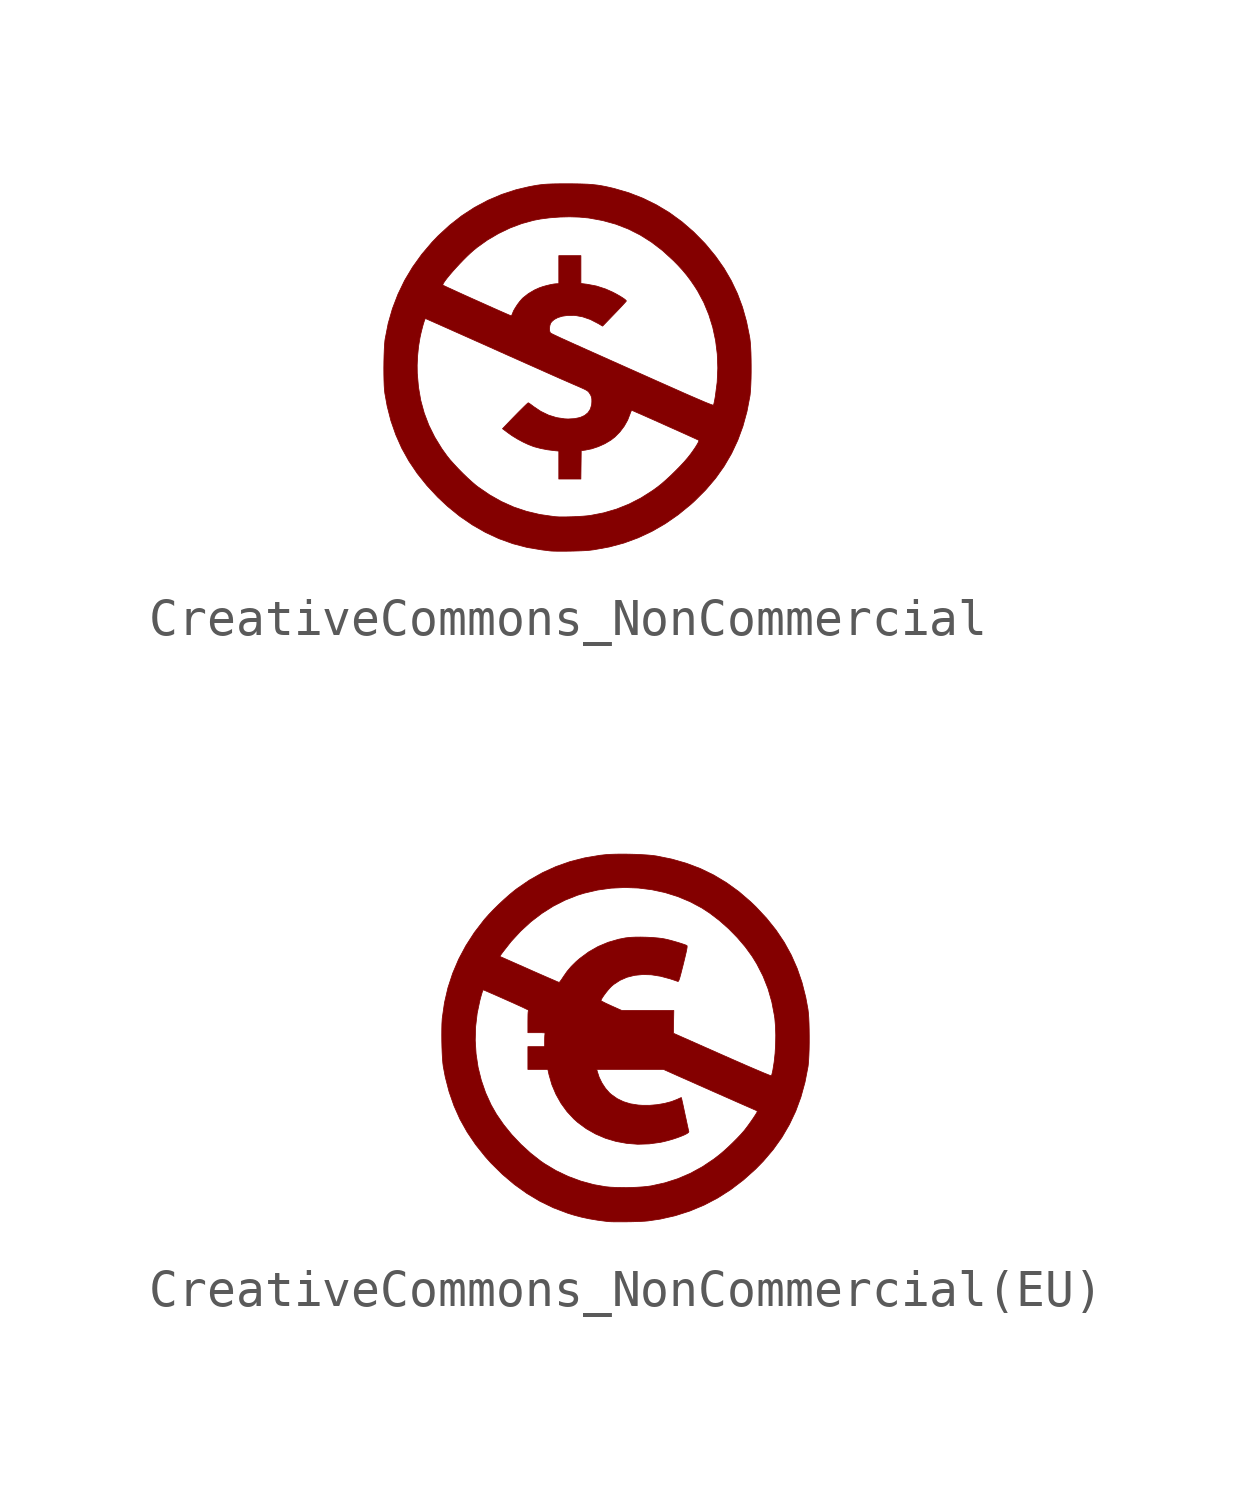
<source format=kicad_sym>
(kicad_symbol_lib
  (version 20211014)
  (generator kicad_symbol_editor)
  (symbol "CreativeCommons_NonCommercial"
    (pin_names
      (offset 1.016))
    (property "Reference" "G"
      (at 0 4.365 0)
      (effects (font (size 1.27 1.27)) hide))
    (symbol "CreativeCommons_NonCommercial_0_0"
      (polyline (pts (xy 0.035 -4.997) (xy 0.173 -4.994) (xy 0.306 -4.99) (xy 0.427 -4.985) (xy 0.53 -4.979) (xy 0.608 -4.972) (xy 0.719 -4.958) (xy 1.133 -4.883) (xy 1.533 -4.776) (xy 1.92 -4.634) (xy 2.294 -4.459) (xy 2.657 -4.25) (xy 3.008 -4.007) (xy 3.349 -3.729) (xy 3.458 -3.63) (xy 3.757 -3.331) (xy 4.024 -3.018) (xy 4.257 -2.69) (xy 4.459 -2.345) (xy 4.629 -1.982) (xy 4.769 -1.601) (xy 4.879 -1.2) (xy 4.96 -0.777) (xy 4.966 -0.73) (xy 4.976 -0.612) (xy 4.984 -0.468) (xy 4.99 -0.306) (xy 4.993 -0.131) (xy 4.993 0.049) (xy 4.991 0.226) (xy 4.987 0.396) (xy 4.979 0.549) (xy 4.97 0.68) (xy 4.958 0.782) (xy 4.949 0.838) (xy 4.866 1.249) (xy 4.757 1.637) (xy 4.62 2.004) (xy 4.453 2.355) (xy 4.256 2.693) (xy 4.026 3.02) (xy 3.762 3.34) (xy 3.73 3.376) (xy 3.431 3.68) (xy 3.113 3.956) (xy 2.776 4.201) (xy 2.421 4.415) (xy 2.051 4.597) (xy 1.667 4.746) (xy 1.269 4.862) (xy 1.202 4.878) (xy 1.062 4.91) (xy 0.934 4.935) (xy 0.809 4.955) (xy 0.683 4.969) (xy 0.547 4.979) (xy 0.396 4.985) (xy 0.222 4.989) (xy 0.018 4.99) (xy -0.124 4.99) (xy -0.285 4.989) (xy -0.42 4.986) (xy -0.537 4.981) (xy -0.642 4.974) (xy -0.741 4.963) (xy -0.84 4.949) (xy -0.945 4.93) (xy -1.064 4.907) (xy -1.398 4.828) (xy -1.787 4.701) (xy -2.163 4.541) (xy -2.526 4.348) (xy -2.873 4.122) (xy -3.204 3.863) (xy -3.519 3.573) (xy -3.681 3.404) (xy -3.962 3.073) (xy -4.211 2.726) (xy -4.427 2.365) (xy -4.482 2.251) (xy -3.389 2.251) (xy -3.37 2.291) (xy -3.33 2.351) (xy -3.273 2.426) (xy -3.201 2.514) (xy -3.118 2.611) (xy -3.027 2.712) (xy -2.931 2.816) (xy -2.833 2.918) (xy -2.736 3.015) (xy -2.643 3.103) (xy -2.558 3.179) (xy -2.455 3.263) (xy -2.176 3.462) (xy -1.876 3.638) (xy -1.562 3.789) (xy -1.24 3.91) (xy -0.917 3.998) (xy -0.736 4.033) (xy -0.481 4.066) (xy -0.213 4.086) (xy 0.057 4.093) (xy 0.318 4.085) (xy 0.557 4.063) (xy 0.587 4.059) (xy 0.958 3.991) (xy 1.313 3.893) (xy 1.651 3.762) (xy 1.975 3.599) (xy 2.285 3.403) (xy 2.584 3.174) (xy 2.873 2.909) (xy 2.991 2.79) (xy 3.121 2.649) (xy 3.237 2.51) (xy 3.347 2.364) (xy 3.459 2.2) (xy 3.539 2.074) (xy 3.706 1.762) (xy 3.842 1.432) (xy 3.949 1.087) (xy 4.026 0.728) (xy 4.072 0.358) (xy 4.086 -0.019) (xy 4.069 -0.402) (xy 4.019 -0.788) (xy 4.004 -0.872) (xy 3.989 -0.946) (xy 3.977 -1) (xy 3.968 -1.027) (xy 3.959 -1.028) (xy 3.933 -1.021) (xy 3.888 -1.005) (xy 3.823 -0.98) (xy 3.736 -0.945) (xy 3.627 -0.898) (xy 3.494 -0.841) (xy 3.334 -0.772) (xy 3.147 -0.69) (xy 2.932 -0.594) (xy 2.686 -0.485) (xy 2.409 -0.362) (xy 2.074 -0.212) (xy 1.741 -0.064) (xy 1.439 0.071) (xy 1.165 0.193) (xy 0.92 0.303) (xy 0.7 0.401) (xy 0.505 0.488) (xy 0.333 0.566) (xy 0.182 0.633) (xy 0.052 0.692) (xy -0.06 0.743) (xy -0.154 0.785) (xy -0.233 0.822) (xy -0.297 0.852) (xy -0.348 0.876) (xy -0.388 0.895) (xy -0.418 0.91) (xy -0.44 0.922) (xy -0.454 0.931) (xy -0.463 0.937) (xy -0.468 0.942) (xy -0.471 0.946) (xy -0.486 0.993) (xy -0.49 1.06) (xy -0.481 1.131) (xy -0.461 1.195) (xy -0.431 1.24) (xy -0.36 1.302) (xy -0.263 1.353) (xy -0.144 1.39) (xy 0.012 1.413) (xy 0.211 1.411) (xy 0.415 1.373) (xy 0.621 1.302) (xy 0.826 1.196) (xy 0.954 1.121) (xy 1.277 1.456) (xy 1.353 1.535) (xy 1.433 1.619) (xy 1.501 1.692) (xy 1.554 1.75) (xy 1.588 1.788) (xy 1.6 1.804) (xy 1.591 1.82) (xy 1.554 1.853) (xy 1.494 1.894) (xy 1.415 1.943) (xy 1.325 1.994) (xy 1.227 2.045) (xy 1.036 2.13) (xy 0.786 2.211) (xy 0.532 2.259) (xy 0.364 2.28) (xy 0.364 3.036) (xy -0.236 3.036) (xy -0.236 2.273) (xy -0.292 2.273) (xy -0.363 2.267) (xy -0.457 2.25) (xy -0.563 2.225) (xy -0.67 2.195) (xy -0.766 2.162) (xy -0.897 2.103) (xy -1.064 2.004) (xy -1.21 1.889) (xy -1.234 1.865) (xy -1.297 1.793) (xy -1.361 1.708) (xy -1.419 1.619) (xy -1.466 1.538) (xy -1.493 1.472) (xy -1.499 1.455) (xy -1.516 1.416) (xy -1.53 1.4) (xy -1.53 1.4) (xy -1.551 1.408) (xy -1.601 1.429) (xy -1.677 1.462) (xy -1.774 1.504) (xy -1.89 1.556) (xy -2.021 1.614) (xy -2.162 1.677) (xy -2.311 1.744) (xy -2.463 1.812) (xy -2.615 1.88) (xy -2.764 1.947) (xy -2.905 2.011) (xy -3.034 2.07) (xy -3.149 2.123) (xy -3.246 2.167) (xy -3.32 2.202) (xy -3.369 2.225) (xy -3.388 2.235) (xy -3.389 2.251) (xy -4.482 2.251) (xy -4.609 1.988) (xy -4.759 1.597) (xy -4.875 1.192) (xy -4.957 0.773) (xy -4.964 0.725) (xy -4.974 0.613) (xy -4.981 0.476) (xy -4.987 0.321) (xy -4.991 0.155) (xy -4.992 0.056) (xy -4.087 0.056) (xy -4.075 0.312) (xy -4.049 0.57) (xy -4.009 0.812) (xy -4.005 0.828) (xy -3.985 0.922) (xy -3.961 1.019) (xy -3.937 1.113) (xy -3.913 1.197) (xy -3.891 1.265) (xy -3.874 1.311) (xy -3.863 1.327) (xy -3.857 1.325) (xy -3.821 1.31) (xy -3.757 1.281) (xy -3.665 1.241) (xy -3.549 1.189) (xy -3.411 1.128) (xy -3.253 1.058) (xy -3.079 0.98) (xy -2.89 0.896) (xy -2.688 0.806) (xy -2.478 0.712) (xy -2.423 0.688) (xy -2.103 0.545) (xy -1.814 0.415) (xy -1.554 0.299) (xy -1.32 0.195) (xy -1.112 0.102) (xy -0.927 0.02) (xy -0.763 -0.053) (xy -0.618 -0.118) (xy -0.49 -0.175) (xy -0.378 -0.225) (xy -0.278 -0.269) (xy -0.191 -0.308) (xy -0.112 -0.342) (xy -0.041 -0.373) (xy 0.025 -0.402) (xy 0.087 -0.429) (xy 0.148 -0.456) (xy 0.209 -0.482) (xy 0.297 -0.52) (xy 0.391 -0.562) (xy 0.461 -0.594) (xy 0.511 -0.62) (xy 0.546 -0.643) (xy 0.57 -0.665) (xy 0.59 -0.689) (xy 0.609 -0.719) (xy 0.633 -0.76) (xy 0.652 -0.808) (xy 0.661 -0.861) (xy 0.662 -0.935) (xy 0.656 -1.017) (xy 0.622 -1.135) (xy 0.558 -1.232) (xy 0.466 -1.308) (xy 0.345 -1.362) (xy 0.195 -1.394) (xy 0.018 -1.404) (xy -0.075 -1.4) (xy -0.299 -1.366) (xy -0.517 -1.298) (xy -0.727 -1.196) (xy -0.924 -1.064) (xy -0.951 -1.043) (xy -1.006 -1.002) (xy -1.047 -0.974) (xy -1.067 -0.964) (xy -1.081 -0.974) (xy -1.118 -1.007) (xy -1.175 -1.062) (xy -1.248 -1.134) (xy -1.336 -1.222) (xy -1.434 -1.322) (xy -1.54 -1.431) (xy -1.652 -1.548) (xy -1.767 -1.668) (xy -1.608 -1.787) (xy -1.506 -1.859) (xy -1.361 -1.948) (xy -1.207 -2.031) (xy -1.057 -2.101) (xy -0.921 -2.153) (xy -0.898 -2.16) (xy -0.732 -2.204) (xy -0.547 -2.24) (xy -0.359 -2.264) (xy -0.236 -2.276) (xy -0.236 -3.036) (xy 0.363 -3.036) (xy 0.373 -2.264) (xy 0.482 -2.25) (xy 0.483 -2.25) (xy 0.656 -2.215) (xy 0.837 -2.155) (xy 1.016 -2.075) (xy 1.179 -1.978) (xy 1.29 -1.892) (xy 1.424 -1.756) (xy 1.541 -1.601) (xy 1.635 -1.435) (xy 1.7 -1.267) (xy 1.715 -1.222) (xy 1.735 -1.181) (xy 1.752 -1.169) (xy 1.763 -1.174) (xy 1.81 -1.194) (xy 1.882 -1.226) (xy 1.977 -1.267) (xy 2.09 -1.317) (xy 2.218 -1.374) (xy 2.358 -1.436) (xy 2.505 -1.502) (xy 2.655 -1.569) (xy 2.806 -1.637) (xy 2.953 -1.702) (xy 3.093 -1.765) (xy 3.222 -1.823) (xy 3.336 -1.875) (xy 3.431 -1.918) (xy 3.505 -1.952) (xy 3.553 -1.974) (xy 3.571 -1.983) (xy 3.571 -2) (xy 3.554 -2.042) (xy 3.519 -2.104) (xy 3.471 -2.181) (xy 3.411 -2.268) (xy 3.344 -2.361) (xy 3.271 -2.454) (xy 3.265 -2.461) (xy 3.174 -2.567) (xy 3.062 -2.687) (xy 2.937 -2.814) (xy 2.807 -2.941) (xy 2.677 -3.061) (xy 2.556 -3.167) (xy 2.45 -3.251) (xy 2.318 -3.347) (xy 1.998 -3.551) (xy 1.67 -3.719) (xy 1.332 -3.854) (xy 0.983 -3.956) (xy 0.618 -4.027) (xy 0.618 -4.027) (xy 0.527 -4.037) (xy 0.412 -4.047) (xy 0.281 -4.055) (xy 0.142 -4.061) (xy 0.005 -4.065) (xy -0.121 -4.067) (xy -0.229 -4.066) (xy -0.309 -4.061) (xy -0.374 -4.055) (xy -0.755 -4) (xy -1.116 -3.914) (xy -1.462 -3.798) (xy -1.794 -3.649) (xy -2.117 -3.467) (xy -2.433 -3.25) (xy -2.484 -3.211) (xy -2.593 -3.118) (xy -2.715 -3.007) (xy -2.843 -2.884) (xy -2.969 -2.756) (xy -3.087 -2.629) (xy -3.192 -2.512) (xy -3.274 -2.409) (xy -3.417 -2.21) (xy -3.61 -1.895) (xy -3.769 -1.574) (xy -3.895 -1.243) (xy -3.989 -0.899) (xy -4.051 -0.54) (xy -4.084 -0.161) (xy -4.087 0.056) (xy -4.992 0.056) (xy -4.993 -0.016) (xy -4.992 -0.184) (xy -4.989 -0.344) (xy -4.984 -0.488) (xy -4.976 -0.609) (xy -4.966 -0.7) (xy -4.903 -1.051) (xy -4.801 -1.451) (xy -4.668 -1.833) (xy -4.506 -2.198) (xy -4.311 -2.548) (xy -4.084 -2.885) (xy -3.823 -3.211) (xy -3.528 -3.528) (xy -3.259 -3.78) (xy -2.928 -4.049) (xy -2.583 -4.285) (xy -2.227 -4.489) (xy -1.859 -4.659) (xy -1.481 -4.795) (xy -1.095 -4.896) (xy -0.7 -4.962) (xy -0.669 -4.966) (xy -0.592 -4.975) (xy -0.529 -4.983) (xy -0.491 -4.988) (xy -0.488 -4.989) (xy -0.428 -4.994) (xy -0.339 -4.997) (xy -0.228 -4.998) (xy -0.101 -4.998) (xy 0.035 -4.997)) (stroke (width 0.01) (type default) (color 0 0 0 0)) (fill (type outline)))))
  (symbol "CreativeCommons_NonCommercial(EU)"
    (pin_names
      (offset 1.016))
    (property "Reference" "G"
      (at 0 4.365 0)
      (effects (font (size 1.27 1.27)) hide))
    (symbol "CreativeCommons_NonCommercial(EU)_0_0"
      (polyline (pts (xy 0.014 -4.997) (xy 0.156 -4.995) (xy 0.294 -4.991) (xy 0.42 -4.986) (xy 0.528 -4.98) (xy 0.609 -4.973) (xy 0.94 -4.924) (xy 1.351 -4.831) (xy 1.748 -4.704) (xy 2.132 -4.544) (xy 2.503 -4.35) (xy 2.86 -4.122) (xy 3.204 -3.86) (xy 3.534 -3.565) (xy 3.746 -3.348) (xy 4.014 -3.033) (xy 4.25 -2.702) (xy 4.453 -2.354) (xy 4.626 -1.989) (xy 4.767 -1.605) (xy 4.878 -1.201) (xy 4.96 -0.777) (xy 4.966 -0.729) (xy 4.976 -0.611) (xy 4.984 -0.467) (xy 4.99 -0.304) (xy 4.993 -0.13) (xy 4.993 0.05) (xy 4.991 0.228) (xy 4.987 0.397) (xy 4.98 0.55) (xy 4.97 0.68) (xy 4.958 0.782) (xy 4.898 1.107) (xy 4.796 1.51) (xy 4.665 1.891) (xy 4.505 2.254) (xy 4.314 2.601) (xy 4.091 2.933) (xy 3.835 3.253) (xy 3.545 3.564) (xy 3.397 3.706) (xy 3.077 3.981) (xy 2.744 4.221) (xy 2.398 4.429) (xy 2.035 4.605) (xy 1.655 4.749) (xy 1.256 4.863) (xy 0.836 4.948) (xy 0.742 4.961) (xy 0.603 4.974) (xy 0.442 4.984) (xy 0.267 4.992) (xy 0.087 4.997) (xy -0.092 4.999) (xy -0.261 4.997) (xy -0.412 4.992) (xy -0.537 4.984) (xy -0.699 4.966) (xy -1.112 4.896) (xy -1.509 4.795) (xy -1.89 4.661) (xy -2.257 4.494) (xy -2.612 4.294) (xy -2.954 4.059) (xy -3.013 4.014) (xy -3.149 3.902) (xy -3.295 3.773) (xy -3.445 3.634) (xy -3.589 3.492) (xy -3.719 3.356) (xy -3.829 3.232) (xy -3.845 3.213) (xy -4.111 2.867) (xy -4.341 2.51) (xy -4.497 2.218) (xy -3.421 2.218) (xy -3.346 2.323) (xy -3.112 2.622) (xy -2.852 2.904) (xy -2.573 3.16) (xy -2.276 3.387) (xy -1.965 3.584) (xy -1.642 3.748) (xy -1.309 3.88) (xy -1.121 3.938) (xy -0.76 4.022) (xy -0.393 4.073) (xy -0.023 4.091) (xy 0.346 4.077) (xy 0.712 4.031) (xy 1.071 3.954) (xy 1.419 3.845) (xy 1.754 3.705) (xy 2.073 3.535) (xy 2.29 3.393) (xy 2.55 3.194) (xy 2.803 2.97) (xy 3.039 2.729) (xy 3.255 2.476) (xy 3.442 2.218) (xy 3.569 2.011) (xy 3.737 1.683) (xy 3.873 1.339) (xy 3.976 0.979) (xy 4.048 0.601) (xy 4.058 0.528) (xy 4.076 0.311) (xy 4.083 0.075) (xy 4.079 -0.171) (xy 4.065 -0.416) (xy 4.04 -0.65) (xy 4.006 -0.863) (xy 4.002 -0.883) (xy 3.987 -0.951) (xy 3.974 -1.002) (xy 3.966 -1.028) (xy 3.957 -1.027) (xy 3.917 -1.014) (xy 3.847 -0.986) (xy 3.748 -0.946) (xy 3.621 -0.892) (xy 3.468 -0.827) (xy 3.291 -0.751) (xy 3.091 -0.663) (xy 2.869 -0.566) (xy 2.627 -0.459) (xy 1.3 0.129) (xy 1.305 0.437) (xy 1.311 0.746) (xy 0.605 0.746) (xy -0.1 0.746) (xy -0.382 0.872) (xy -0.454 0.905) (xy -0.538 0.944) (xy -0.605 0.978) (xy -0.651 1.002) (xy -0.668 1.014) (xy -0.669 1.016) (xy -0.66 1.045) (xy -0.632 1.094) (xy -0.59 1.156) (xy -0.539 1.225) (xy -0.484 1.294) (xy -0.429 1.357) (xy -0.38 1.407) (xy -0.321 1.457) (xy -0.151 1.568) (xy 0.038 1.651) (xy 0.245 1.703) (xy 0.467 1.725) (xy 0.702 1.718) (xy 0.949 1.679) (xy 1.206 1.61) (xy 1.264 1.591) (xy 1.337 1.567) (xy 1.391 1.548) (xy 1.42 1.538) (xy 1.427 1.537) (xy 1.438 1.545) (xy 1.449 1.567) (xy 1.464 1.606) (xy 1.482 1.667) (xy 1.505 1.752) (xy 1.534 1.866) (xy 1.571 2.011) (xy 1.597 2.118) (xy 1.628 2.247) (xy 1.651 2.347) (xy 1.665 2.42) (xy 1.673 2.47) (xy 1.673 2.499) (xy 1.668 2.512) (xy 1.653 2.52) (xy 1.601 2.54) (xy 1.526 2.565) (xy 1.435 2.594) (xy 1.335 2.623) (xy 1.235 2.651) (xy 1.142 2.675) (xy 1.064 2.692) (xy 1.017 2.701) (xy 0.886 2.718) (xy 0.735 2.731) (xy 0.572 2.739) (xy 0.408 2.743) (xy 0.252 2.741) (xy 0.113 2.734) (xy -0.0003 2.721) (xy -0.184 2.685) (xy -0.474 2.601) (xy -0.746 2.487) (xy -1.002 2.341) (xy -1.243 2.163) (xy -1.343 2.077) (xy -1.475 1.947) (xy -1.589 1.812) (xy -1.695 1.66) (xy -1.721 1.619) (xy -1.76 1.563) (xy -1.79 1.524) (xy -1.804 1.51) (xy -1.813 1.513) (xy -1.852 1.528) (xy -1.918 1.557) (xy -2.008 1.596) (xy -2.119 1.644) (xy -2.247 1.7) (xy -2.389 1.762) (xy -2.541 1.829) (xy -2.63 1.869) (xy -2.781 1.936) (xy -2.922 1.998) (xy -3.049 2.054) (xy -3.159 2.103) (xy -3.247 2.142) (xy -3.309 2.169) (xy -3.342 2.184) (xy -3.421 2.218) (xy -4.497 2.218) (xy -4.538 2.14) (xy -4.7 1.759) (xy -4.829 1.365) (xy -4.923 0.959) (xy -4.983 0.54) (xy -4.986 0.501) (xy -4.993 0.383) (xy -4.996 0.242) (xy -4.997 0.085) (xy -4.996 -0.066) (xy -4.087 -0.066) (xy -4.077 0.303) (xy -4.034 0.672) (xy -3.957 1.037) (xy -3.955 1.041) (xy -3.924 1.156) (xy -3.899 1.24) (xy -3.88 1.292) (xy -3.867 1.309) (xy -3.866 1.309) (xy -3.843 1.299) (xy -3.792 1.277) (xy -3.714 1.243) (xy -3.615 1.2) (xy -3.499 1.149) (xy -3.368 1.091) (xy -3.226 1.028) (xy -3.195 1.014) (xy -3.057 0.953) (xy -2.932 0.896) (xy -2.824 0.847) (xy -2.736 0.805) (xy -2.67 0.773) (xy -2.632 0.753) (xy -2.623 0.746) (xy -2.628 0.746) (xy -2.638 0.74) (xy -2.646 0.723) (xy -2.65 0.69) (xy -2.653 0.637) (xy -2.654 0.557) (xy -2.655 0.446) (xy -2.655 0.145) (xy -2.416 0.145) (xy -2.364 0.145) (xy -2.283 0.144) (xy -2.23 0.142) (xy -2.2 0.137) (xy -2.188 0.129) (xy -2.189 0.117) (xy -2.191 0.108) (xy -2.196 0.066) (xy -2.199 0.002) (xy -2.2 -0.074) (xy -2.2 -0.236) (xy -2.655 -0.236) (xy -2.655 -0.855) (xy -2.113 -0.855) (xy -2.082 -0.995) (xy -2.081 -0.999) (xy -2.003 -1.27) (xy -1.893 -1.53) (xy -1.755 -1.776) (xy -1.591 -2.002) (xy -1.404 -2.203) (xy -1.302 -2.294) (xy -1.069 -2.466) (xy -0.816 -2.61) (xy -0.546 -2.726) (xy -0.262 -2.811) (xy 0.032 -2.865) (xy 0.334 -2.889) (xy 0.64 -2.879) (xy 0.948 -2.837) (xy 1.052 -2.814) (xy 1.173 -2.783) (xy 1.293 -2.748) (xy 1.407 -2.71) (xy 1.511 -2.671) (xy 1.599 -2.634) (xy 1.666 -2.6) (xy 1.708 -2.57) (xy 1.72 -2.548) (xy 1.716 -2.531) (xy 1.705 -2.482) (xy 1.688 -2.406) (xy 1.667 -2.309) (xy 1.643 -2.196) (xy 1.616 -2.073) (xy 1.595 -1.974) (xy 1.571 -1.861) (xy 1.55 -1.765) (xy 1.533 -1.689) (xy 1.522 -1.64) (xy 1.517 -1.621) (xy 1.513 -1.621) (xy 1.486 -1.631) (xy 1.443 -1.651) (xy 1.404 -1.669) (xy 1.246 -1.73) (xy 1.063 -1.778) (xy 0.867 -1.812) (xy 0.665 -1.83) (xy 0.466 -1.831) (xy 0.344 -1.823) (xy 0.133 -1.79) (xy -0.056 -1.732) (xy -0.228 -1.649) (xy -0.387 -1.537) (xy -0.437 -1.493) (xy -0.546 -1.369) (xy -0.642 -1.223) (xy -0.719 -1.065) (xy -0.771 -0.904) (xy -0.783 -0.855) (xy 1.033 -0.855) (xy 1.212 -0.935) (xy 1.252 -0.953) (xy 1.333 -0.989) (xy 1.437 -1.036) (xy 1.562 -1.091) (xy 1.702 -1.153) (xy 1.856 -1.221) (xy 2.019 -1.294) (xy 2.189 -1.369) (xy 2.362 -1.446) (xy 2.535 -1.522) (xy 2.705 -1.597) (xy 2.868 -1.669) (xy 3.021 -1.737) (xy 3.16 -1.798) (xy 3.283 -1.852) (xy 3.386 -1.897) (xy 3.465 -1.932) (xy 3.518 -1.955) (xy 3.541 -1.965) (xy 3.567 -1.979) (xy 3.582 -1.997) (xy 3.572 -2.02) (xy 3.544 -2.067) (xy 3.503 -2.131) (xy 3.453 -2.206) (xy 3.397 -2.286) (xy 3.34 -2.366) (xy 3.286 -2.439) (xy 3.239 -2.5) (xy 3.224 -2.519) (xy 3.136 -2.619) (xy 3.029 -2.732) (xy 2.91 -2.851) (xy 2.788 -2.968) (xy 2.669 -3.076) (xy 2.563 -3.166) (xy 2.402 -3.291) (xy 2.087 -3.502) (xy 1.761 -3.68) (xy 1.423 -3.825) (xy 1.07 -3.938) (xy 0.7 -4.02) (xy 0.613 -4.033) (xy 0.464 -4.048) (xy 0.293 -4.059) (xy 0.112 -4.066) (xy -0.072 -4.067) (xy -0.249 -4.064) (xy -0.409 -4.056) (xy -0.544 -4.043) (xy -0.863 -3.987) (xy -1.216 -3.891) (xy -1.561 -3.763) (xy -1.892 -3.605) (xy -2.203 -3.419) (xy -2.306 -3.348) (xy -2.58 -3.133) (xy -2.844 -2.892) (xy -3.091 -2.631) (xy -3.315 -2.355) (xy -3.51 -2.073) (xy -3.655 -1.818) (xy -3.804 -1.491) (xy -3.922 -1.149) (xy -4.01 -0.795) (xy -4.064 -0.433) (xy -4.087 -0.066) (xy -4.996 -0.066) (xy -4.996 -0.081) (xy -4.992 -0.247) (xy -4.986 -0.407) (xy -4.978 -0.553) (xy -4.968 -0.677) (xy -4.956 -0.773) (xy -4.902 -1.059) (xy -4.798 -1.461) (xy -4.665 -1.843) (xy -4.502 -2.209) (xy -4.306 -2.559) (xy -4.077 -2.898) (xy -3.814 -3.227) (xy -3.656 -3.403) (xy -3.347 -3.708) (xy -3.022 -3.983) (xy -2.682 -4.227) (xy -2.327 -4.439) (xy -1.96 -4.617) (xy -1.581 -4.761) (xy -1.408 -4.815) (xy -1.204 -4.869) (xy -0.991 -4.915) (xy -0.759 -4.954) (xy -0.5 -4.988) (xy -0.457 -4.992) (xy -0.368 -4.996) (xy -0.256 -4.998) (xy -0.126 -4.998) (xy 0.014 -4.997)) (stroke (width 0.01) (type default) (color 0 0 0 0)) (fill (type outline))))))
</source>
